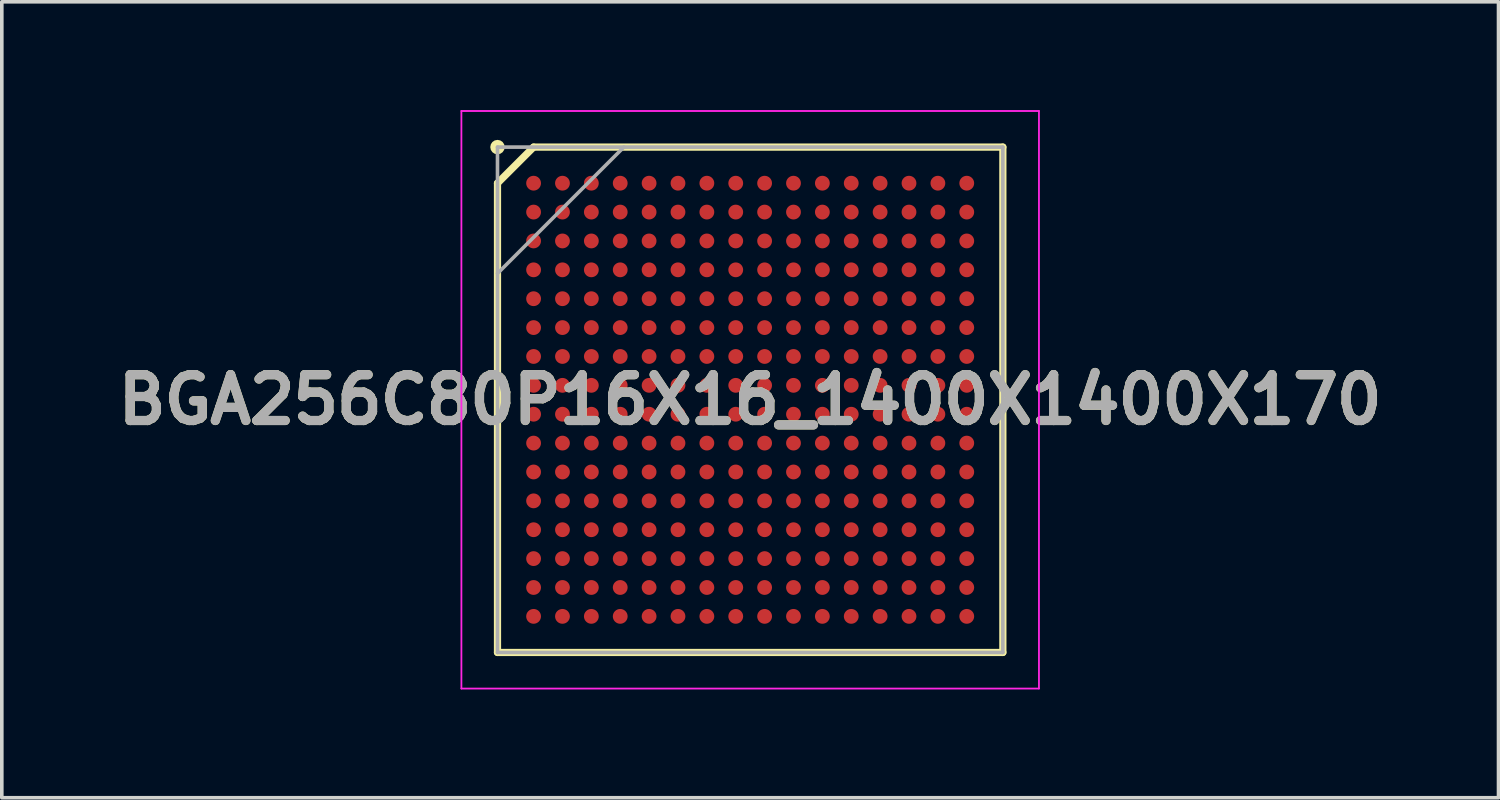
<source format=kicad_pcb>
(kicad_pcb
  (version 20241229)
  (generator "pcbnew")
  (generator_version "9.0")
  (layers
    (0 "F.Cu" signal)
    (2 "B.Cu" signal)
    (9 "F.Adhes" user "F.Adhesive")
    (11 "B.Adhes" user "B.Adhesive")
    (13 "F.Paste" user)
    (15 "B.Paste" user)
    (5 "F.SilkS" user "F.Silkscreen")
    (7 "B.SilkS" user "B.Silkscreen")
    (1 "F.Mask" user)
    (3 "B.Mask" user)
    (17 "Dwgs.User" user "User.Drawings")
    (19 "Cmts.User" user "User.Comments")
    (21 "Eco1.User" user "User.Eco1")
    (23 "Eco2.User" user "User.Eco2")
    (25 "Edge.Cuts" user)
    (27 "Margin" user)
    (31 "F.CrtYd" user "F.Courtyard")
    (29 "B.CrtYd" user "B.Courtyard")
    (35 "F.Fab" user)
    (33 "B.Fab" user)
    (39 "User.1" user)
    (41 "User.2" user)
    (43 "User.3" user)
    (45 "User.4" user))
  (footprint "BGA256C80P16X16_1400X1400X170"
    (layer "F.Cu")
    (at 17.732 8.025)
    (property "Reference" "BGA256C80P16X16_1400X1400X170" (at 0 0 0) (layer "F.SilkS") (effects (font (size 1.27 1.27) (thickness 0.254))))
    (attr smd)
    (fp_line (start -7 -6) (end -6 -7) (stroke (width 0.2) (type solid)) (layer "F.SilkS"))
    (fp_line (start -7 7) (end -7 -6) (stroke (width 0.2) (type solid)) (layer "F.SilkS"))
    (fp_line (start -6 -7) (end 7 -7) (stroke (width 0.2) (type solid)) (layer "F.SilkS"))
    (fp_line (start 7 -7) (end 7 7) (stroke (width 0.2) (type solid)) (layer "F.SilkS"))
    (fp_line (start 7 7) (end -7 7) (stroke (width 0.2) (type solid)) (layer "F.SilkS"))
    (fp_circle (center -7 -7) (end -7 -6.9) (stroke (width 0.2) (type solid)) (fill no) (layer "F.SilkS"))
    (fp_line (start -8 -8) (end 8 -8) (stroke (width 0.05) (type solid)) (layer "F.CrtYd"))
    (fp_line (start -8 8) (end -8 -8) (stroke (width 0.05) (type solid)) (layer "F.CrtYd"))
    (fp_line (start 8 -8) (end 8 8) (stroke (width 0.05) (type solid)) (layer "F.CrtYd"))
    (fp_line (start 8 8) (end -8 8) (stroke (width 0.05) (type solid)) (layer "F.CrtYd"))
    (fp_line (start -7 -7) (end 7 -7) (stroke (width 0.1) (type solid)) (layer "F.Fab"))
    (fp_line (start -7 -3.5) (end -3.5 -7) (stroke (width 0.1) (type solid)) (layer "F.Fab"))
    (fp_line (start -7 7) (end -7 -7) (stroke (width 0.1) (type solid)) (layer "F.Fab"))
    (fp_line (start 7 -7) (end 7 7) (stroke (width 0.1) (type solid)) (layer "F.Fab"))
    (fp_line (start 7 7) (end -7 7) (stroke (width 0.1) (type solid)) (layer "F.Fab"))
    (fp_text user "${REFERENCE}" (at 0 0 0) (layer "F.Fab") (effects (font (size 1.27 1.27) (thickness 0.254))))
    (pad "A1" smd circle (at -6 -6 90) (size 0.41 0.41) (layers "F.Cu" "F.Mask" "F.Paste"))
    (pad "A2" smd circle (at -5.2 -6 90) (size 0.41 0.41) (layers "F.Cu" "F.Mask" "F.Paste"))
    (pad "A3" smd circle (at -4.4 -6 90) (size 0.41 0.41) (layers "F.Cu" "F.Mask" "F.Paste"))
    (pad "A4" smd circle (at -3.6 -6 90) (size 0.41 0.41) (layers "F.Cu" "F.Mask" "F.Paste"))
    (pad "A5" smd circle (at -2.8 -6 90) (size 0.41 0.41) (layers "F.Cu" "F.Mask" "F.Paste"))
    (pad "A6" smd circle (at -2 -6 90) (size 0.41 0.41) (layers "F.Cu" "F.Mask" "F.Paste"))
    (pad "A7" smd circle (at -1.2 -6 90) (size 0.41 0.41) (layers "F.Cu" "F.Mask" "F.Paste"))
    (pad "A8" smd circle (at -0.4 -6 90) (size 0.41 0.41) (layers "F.Cu" "F.Mask" "F.Paste"))
    (pad "A9" smd circle (at 0.4 -6 90) (size 0.41 0.41) (layers "F.Cu" "F.Mask" "F.Paste"))
    (pad "A10" smd circle (at 1.2 -6 90) (size 0.41 0.41) (layers "F.Cu" "F.Mask" "F.Paste"))
    (pad "A11" smd circle (at 2 -6 90) (size 0.41 0.41) (layers "F.Cu" "F.Mask" "F.Paste"))
    (pad "A12" smd circle (at 2.8 -6 90) (size 0.41 0.41) (layers "F.Cu" "F.Mask" "F.Paste"))
    (pad "A13" smd circle (at 3.6 -6 90) (size 0.41 0.41) (layers "F.Cu" "F.Mask" "F.Paste"))
    (pad "A14" smd circle (at 4.4 -6 90) (size 0.41 0.41) (layers "F.Cu" "F.Mask" "F.Paste"))
    (pad "A15" smd circle (at 5.2 -6 90) (size 0.41 0.41) (layers "F.Cu" "F.Mask" "F.Paste"))
    (pad "A16" smd circle (at 6 -6 90) (size 0.41 0.41) (layers "F.Cu" "F.Mask" "F.Paste"))
    (pad "B1" smd circle (at -6 -5.2 90) (size 0.41 0.41) (layers "F.Cu" "F.Mask" "F.Paste"))
    (pad "B2" smd circle (at -5.2 -5.2 90) (size 0.41 0.41) (layers "F.Cu" "F.Mask" "F.Paste"))
    (pad "B3" smd circle (at -4.4 -5.2 90) (size 0.41 0.41) (layers "F.Cu" "F.Mask" "F.Paste"))
    (pad "B4" smd circle (at -3.6 -5.2 90) (size 0.41 0.41) (layers "F.Cu" "F.Mask" "F.Paste"))
    (pad "B5" smd circle (at -2.8 -5.2 90) (size 0.41 0.41) (layers "F.Cu" "F.Mask" "F.Paste"))
    (pad "B6" smd circle (at -2 -5.2 90) (size 0.41 0.41) (layers "F.Cu" "F.Mask" "F.Paste"))
    (pad "B7" smd circle (at -1.2 -5.2 90) (size 0.41 0.41) (layers "F.Cu" "F.Mask" "F.Paste"))
    (pad "B8" smd circle (at -0.4 -5.2 90) (size 0.41 0.41) (layers "F.Cu" "F.Mask" "F.Paste"))
    (pad "B9" smd circle (at 0.4 -5.2 90) (size 0.41 0.41) (layers "F.Cu" "F.Mask" "F.Paste"))
    (pad "B10" smd circle (at 1.2 -5.2 90) (size 0.41 0.41) (layers "F.Cu" "F.Mask" "F.Paste"))
    (pad "B11" smd circle (at 2 -5.2 90) (size 0.41 0.41) (layers "F.Cu" "F.Mask" "F.Paste"))
    (pad "B12" smd circle (at 2.8 -5.2 90) (size 0.41 0.41) (layers "F.Cu" "F.Mask" "F.Paste"))
    (pad "B13" smd circle (at 3.6 -5.2 90) (size 0.41 0.41) (layers "F.Cu" "F.Mask" "F.Paste"))
    (pad "B14" smd circle (at 4.4 -5.2 90) (size 0.41 0.41) (layers "F.Cu" "F.Mask" "F.Paste"))
    (pad "B15" smd circle (at 5.2 -5.2 90) (size 0.41 0.41) (layers "F.Cu" "F.Mask" "F.Paste"))
    (pad "B16" smd circle (at 6 -5.2 90) (size 0.41 0.41) (layers "F.Cu" "F.Mask" "F.Paste"))
    (pad "C1" smd circle (at -6 -4.4 90) (size 0.41 0.41) (layers "F.Cu" "F.Mask" "F.Paste"))
    (pad "C2" smd circle (at -5.2 -4.4 90) (size 0.41 0.41) (layers "F.Cu" "F.Mask" "F.Paste"))
    (pad "C3" smd circle (at -4.4 -4.4 90) (size 0.41 0.41) (layers "F.Cu" "F.Mask" "F.Paste"))
    (pad "C4" smd circle (at -3.6 -4.4 90) (size 0.41 0.41) (layers "F.Cu" "F.Mask" "F.Paste"))
    (pad "C5" smd circle (at -2.8 -4.4 90) (size 0.41 0.41) (layers "F.Cu" "F.Mask" "F.Paste"))
    (pad "C6" smd circle (at -2 -4.4 90) (size 0.41 0.41) (layers "F.Cu" "F.Mask" "F.Paste"))
    (pad "C7" smd circle (at -1.2 -4.4 90) (size 0.41 0.41) (layers "F.Cu" "F.Mask" "F.Paste"))
    (pad "C8" smd circle (at -0.4 -4.4 90) (size 0.41 0.41) (layers "F.Cu" "F.Mask" "F.Paste"))
    (pad "C9" smd circle (at 0.4 -4.4 90) (size 0.41 0.41) (layers "F.Cu" "F.Mask" "F.Paste"))
    (pad "C10" smd circle (at 1.2 -4.4 90) (size 0.41 0.41) (layers "F.Cu" "F.Mask" "F.Paste"))
    (pad "C11" smd circle (at 2 -4.4 90) (size 0.41 0.41) (layers "F.Cu" "F.Mask" "F.Paste"))
    (pad "C12" smd circle (at 2.8 -4.4 90) (size 0.41 0.41) (layers "F.Cu" "F.Mask" "F.Paste"))
    (pad "C13" smd circle (at 3.6 -4.4 90) (size 0.41 0.41) (layers "F.Cu" "F.Mask" "F.Paste"))
    (pad "C14" smd circle (at 4.4 -4.4 90) (size 0.41 0.41) (layers "F.Cu" "F.Mask" "F.Paste"))
    (pad "C15" smd circle (at 5.2 -4.4 90) (size 0.41 0.41) (layers "F.Cu" "F.Mask" "F.Paste"))
    (pad "C16" smd circle (at 6 -4.4 90) (size 0.41 0.41) (layers "F.Cu" "F.Mask" "F.Paste"))
    (pad "D1" smd circle (at -6 -3.6 90) (size 0.41 0.41) (layers "F.Cu" "F.Mask" "F.Paste"))
    (pad "D2" smd circle (at -5.2 -3.6 90) (size 0.41 0.41) (layers "F.Cu" "F.Mask" "F.Paste"))
    (pad "D3" smd circle (at -4.4 -3.6 90) (size 0.41 0.41) (layers "F.Cu" "F.Mask" "F.Paste"))
    (pad "D4" smd circle (at -3.6 -3.6 90) (size 0.41 0.41) (layers "F.Cu" "F.Mask" "F.Paste"))
    (pad "D5" smd circle (at -2.8 -3.6 90) (size 0.41 0.41) (layers "F.Cu" "F.Mask" "F.Paste"))
    (pad "D6" smd circle (at -2 -3.6 90) (size 0.41 0.41) (layers "F.Cu" "F.Mask" "F.Paste"))
    (pad "D7" smd circle (at -1.2 -3.6 90) (size 0.41 0.41) (layers "F.Cu" "F.Mask" "F.Paste"))
    (pad "D8" smd circle (at -0.4 -3.6 90) (size 0.41 0.41) (layers "F.Cu" "F.Mask" "F.Paste"))
    (pad "D9" smd circle (at 0.4 -3.6 90) (size 0.41 0.41) (layers "F.Cu" "F.Mask" "F.Paste"))
    (pad "D10" smd circle (at 1.2 -3.6 90) (size 0.41 0.41) (layers "F.Cu" "F.Mask" "F.Paste"))
    (pad "D11" smd circle (at 2 -3.6 90) (size 0.41 0.41) (layers "F.Cu" "F.Mask" "F.Paste"))
    (pad "D12" smd circle (at 2.8 -3.6 90) (size 0.41 0.41) (layers "F.Cu" "F.Mask" "F.Paste"))
    (pad "D13" smd circle (at 3.6 -3.6 90) (size 0.41 0.41) (layers "F.Cu" "F.Mask" "F.Paste"))
    (pad "D14" smd circle (at 4.4 -3.6 90) (size 0.41 0.41) (layers "F.Cu" "F.Mask" "F.Paste"))
    (pad "D15" smd circle (at 5.2 -3.6 90) (size 0.41 0.41) (layers "F.Cu" "F.Mask" "F.Paste"))
    (pad "D16" smd circle (at 6 -3.6 90) (size 0.41 0.41) (layers "F.Cu" "F.Mask" "F.Paste"))
    (pad "E1" smd circle (at -6 -2.8 90) (size 0.41 0.41) (layers "F.Cu" "F.Mask" "F.Paste"))
    (pad "E2" smd circle (at -5.2 -2.8 90) (size 0.41 0.41) (layers "F.Cu" "F.Mask" "F.Paste"))
    (pad "E3" smd circle (at -4.4 -2.8 90) (size 0.41 0.41) (layers "F.Cu" "F.Mask" "F.Paste"))
    (pad "E4" smd circle (at -3.6 -2.8 90) (size 0.41 0.41) (layers "F.Cu" "F.Mask" "F.Paste"))
    (pad "E5" smd circle (at -2.8 -2.8 90) (size 0.41 0.41) (layers "F.Cu" "F.Mask" "F.Paste"))
    (pad "E6" smd circle (at -2 -2.8 90) (size 0.41 0.41) (layers "F.Cu" "F.Mask" "F.Paste"))
    (pad "E7" smd circle (at -1.2 -2.8 90) (size 0.41 0.41) (layers "F.Cu" "F.Mask" "F.Paste"))
    (pad "E8" smd circle (at -0.4 -2.8 90) (size 0.41 0.41) (layers "F.Cu" "F.Mask" "F.Paste"))
    (pad "E9" smd circle (at 0.4 -2.8 90) (size 0.41 0.41) (layers "F.Cu" "F.Mask" "F.Paste"))
    (pad "E10" smd circle (at 1.2 -2.8 90) (size 0.41 0.41) (layers "F.Cu" "F.Mask" "F.Paste"))
    (pad "E11" smd circle (at 2 -2.8 90) (size 0.41 0.41) (layers "F.Cu" "F.Mask" "F.Paste"))
    (pad "E12" smd circle (at 2.8 -2.8 90) (size 0.41 0.41) (layers "F.Cu" "F.Mask" "F.Paste"))
    (pad "E13" smd circle (at 3.6 -2.8 90) (size 0.41 0.41) (layers "F.Cu" "F.Mask" "F.Paste"))
    (pad "E14" smd circle (at 4.4 -2.8 90) (size 0.41 0.41) (layers "F.Cu" "F.Mask" "F.Paste"))
    (pad "E15" smd circle (at 5.2 -2.8 90) (size 0.41 0.41) (layers "F.Cu" "F.Mask" "F.Paste"))
    (pad "E16" smd circle (at 6 -2.8 90) (size 0.41 0.41) (layers "F.Cu" "F.Mask" "F.Paste"))
    (pad "F1" smd circle (at -6 -2 90) (size 0.41 0.41) (layers "F.Cu" "F.Mask" "F.Paste"))
    (pad "F2" smd circle (at -5.2 -2 90) (size 0.41 0.41) (layers "F.Cu" "F.Mask" "F.Paste"))
    (pad "F3" smd circle (at -4.4 -2 90) (size 0.41 0.41) (layers "F.Cu" "F.Mask" "F.Paste"))
    (pad "F4" smd circle (at -3.6 -2 90) (size 0.41 0.41) (layers "F.Cu" "F.Mask" "F.Paste"))
    (pad "F5" smd circle (at -2.8 -2 90) (size 0.41 0.41) (layers "F.Cu" "F.Mask" "F.Paste"))
    (pad "F6" smd circle (at -2 -2 90) (size 0.41 0.41) (layers "F.Cu" "F.Mask" "F.Paste"))
    (pad "F7" smd circle (at -1.2 -2 90) (size 0.41 0.41) (layers "F.Cu" "F.Mask" "F.Paste"))
    (pad "F8" smd circle (at -0.4 -2 90) (size 0.41 0.41) (layers "F.Cu" "F.Mask" "F.Paste"))
    (pad "F9" smd circle (at 0.4 -2 90) (size 0.41 0.41) (layers "F.Cu" "F.Mask" "F.Paste"))
    (pad "F10" smd circle (at 1.2 -2 90) (size 0.41 0.41) (layers "F.Cu" "F.Mask" "F.Paste"))
    (pad "F11" smd circle (at 2 -2 90) (size 0.41 0.41) (layers "F.Cu" "F.Mask" "F.Paste"))
    (pad "F12" smd circle (at 2.8 -2 90) (size 0.41 0.41) (layers "F.Cu" "F.Mask" "F.Paste"))
    (pad "F13" smd circle (at 3.6 -2 90) (size 0.41 0.41) (layers "F.Cu" "F.Mask" "F.Paste"))
    (pad "F14" smd circle (at 4.4 -2 90) (size 0.41 0.41) (layers "F.Cu" "F.Mask" "F.Paste"))
    (pad "F15" smd circle (at 5.2 -2 90) (size 0.41 0.41) (layers "F.Cu" "F.Mask" "F.Paste"))
    (pad "F16" smd circle (at 6 -2 90) (size 0.41 0.41) (layers "F.Cu" "F.Mask" "F.Paste"))
    (pad "G1" smd circle (at -6 -1.2 90) (size 0.41 0.41) (layers "F.Cu" "F.Mask" "F.Paste"))
    (pad "G2" smd circle (at -5.2 -1.2 90) (size 0.41 0.41) (layers "F.Cu" "F.Mask" "F.Paste"))
    (pad "G3" smd circle (at -4.4 -1.2 90) (size 0.41 0.41) (layers "F.Cu" "F.Mask" "F.Paste"))
    (pad "G4" smd circle (at -3.6 -1.2 90) (size 0.41 0.41) (layers "F.Cu" "F.Mask" "F.Paste"))
    (pad "G5" smd circle (at -2.8 -1.2 90) (size 0.41 0.41) (layers "F.Cu" "F.Mask" "F.Paste"))
    (pad "G6" smd circle (at -2 -1.2 90) (size 0.41 0.41) (layers "F.Cu" "F.Mask" "F.Paste"))
    (pad "G7" smd circle (at -1.2 -1.2 90) (size 0.41 0.41) (layers "F.Cu" "F.Mask" "F.Paste"))
    (pad "G8" smd circle (at -0.4 -1.2 90) (size 0.41 0.41) (layers "F.Cu" "F.Mask" "F.Paste"))
    (pad "G9" smd circle (at 0.4 -1.2 90) (size 0.41 0.41) (layers "F.Cu" "F.Mask" "F.Paste"))
    (pad "G10" smd circle (at 1.2 -1.2 90) (size 0.41 0.41) (layers "F.Cu" "F.Mask" "F.Paste"))
    (pad "G11" smd circle (at 2 -1.2 90) (size 0.41 0.41) (layers "F.Cu" "F.Mask" "F.Paste"))
    (pad "G12" smd circle (at 2.8 -1.2 90) (size 0.41 0.41) (layers "F.Cu" "F.Mask" "F.Paste"))
    (pad "G13" smd circle (at 3.6 -1.2 90) (size 0.41 0.41) (layers "F.Cu" "F.Mask" "F.Paste"))
    (pad "G14" smd circle (at 4.4 -1.2 90) (size 0.41 0.41) (layers "F.Cu" "F.Mask" "F.Paste"))
    (pad "G15" smd circle (at 5.2 -1.2 90) (size 0.41 0.41) (layers "F.Cu" "F.Mask" "F.Paste"))
    (pad "G16" smd circle (at 6 -1.2 90) (size 0.41 0.41) (layers "F.Cu" "F.Mask" "F.Paste"))
    (pad "H1" smd circle (at -6 -0.4 90) (size 0.41 0.41) (layers "F.Cu" "F.Mask" "F.Paste"))
    (pad "H2" smd circle (at -5.2 -0.4 90) (size 0.41 0.41) (layers "F.Cu" "F.Mask" "F.Paste"))
    (pad "H3" smd circle (at -4.4 -0.4 90) (size 0.41 0.41) (layers "F.Cu" "F.Mask" "F.Paste"))
    (pad "H4" smd circle (at -3.6 -0.4 90) (size 0.41 0.41) (layers "F.Cu" "F.Mask" "F.Paste"))
    (pad "H5" smd circle (at -2.8 -0.4 90) (size 0.41 0.41) (layers "F.Cu" "F.Mask" "F.Paste"))
    (pad "H6" smd circle (at -2 -0.4 90) (size 0.41 0.41) (layers "F.Cu" "F.Mask" "F.Paste"))
    (pad "H7" smd circle (at -1.2 -0.4 90) (size 0.41 0.41) (layers "F.Cu" "F.Mask" "F.Paste"))
    (pad "H8" smd circle (at -0.4 -0.4 90) (size 0.41 0.41) (layers "F.Cu" "F.Mask" "F.Paste"))
    (pad "H9" smd circle (at 0.4 -0.4 90) (size 0.41 0.41) (layers "F.Cu" "F.Mask" "F.Paste"))
    (pad "H10" smd circle (at 1.2 -0.4 90) (size 0.41 0.41) (layers "F.Cu" "F.Mask" "F.Paste"))
    (pad "H11" smd circle (at 2 -0.4 90) (size 0.41 0.41) (layers "F.Cu" "F.Mask" "F.Paste"))
    (pad "H12" smd circle (at 2.8 -0.4 90) (size 0.41 0.41) (layers "F.Cu" "F.Mask" "F.Paste"))
    (pad "H13" smd circle (at 3.6 -0.4 90) (size 0.41 0.41) (layers "F.Cu" "F.Mask" "F.Paste"))
    (pad "H14" smd circle (at 4.4 -0.4 90) (size 0.41 0.41) (layers "F.Cu" "F.Mask" "F.Paste"))
    (pad "H15" smd circle (at 5.2 -0.4 90) (size 0.41 0.41) (layers "F.Cu" "F.Mask" "F.Paste"))
    (pad "H16" smd circle (at 6 -0.4 90) (size 0.41 0.41) (layers "F.Cu" "F.Mask" "F.Paste"))
    (pad "J1" smd circle (at -6 0.4 90) (size 0.41 0.41) (layers "F.Cu" "F.Mask" "F.Paste"))
    (pad "J2" smd circle (at -5.2 0.4 90) (size 0.41 0.41) (layers "F.Cu" "F.Mask" "F.Paste"))
    (pad "J3" smd circle (at -4.4 0.4 90) (size 0.41 0.41) (layers "F.Cu" "F.Mask" "F.Paste"))
    (pad "J4" smd circle (at -3.6 0.4 90) (size 0.41 0.41) (layers "F.Cu" "F.Mask" "F.Paste"))
    (pad "J5" smd circle (at -2.8 0.4 90) (size 0.41 0.41) (layers "F.Cu" "F.Mask" "F.Paste"))
    (pad "J6" smd circle (at -2 0.4 90) (size 0.41 0.41) (layers "F.Cu" "F.Mask" "F.Paste"))
    (pad "J7" smd circle (at -1.2 0.4 90) (size 0.41 0.41) (layers "F.Cu" "F.Mask" "F.Paste"))
    (pad "J8" smd circle (at -0.4 0.4 90) (size 0.41 0.41) (layers "F.Cu" "F.Mask" "F.Paste"))
    (pad "J9" smd circle (at 0.4 0.4 90) (size 0.41 0.41) (layers "F.Cu" "F.Mask" "F.Paste"))
    (pad "J10" smd circle (at 1.2 0.4 90) (size 0.41 0.41) (layers "F.Cu" "F.Mask" "F.Paste"))
    (pad "J11" smd circle (at 2 0.4 90) (size 0.41 0.41) (layers "F.Cu" "F.Mask" "F.Paste"))
    (pad "J12" smd circle (at 2.8 0.4 90) (size 0.41 0.41) (layers "F.Cu" "F.Mask" "F.Paste"))
    (pad "J13" smd circle (at 3.6 0.4 90) (size 0.41 0.41) (layers "F.Cu" "F.Mask" "F.Paste"))
    (pad "J14" smd circle (at 4.4 0.4 90) (size 0.41 0.41) (layers "F.Cu" "F.Mask" "F.Paste"))
    (pad "J15" smd circle (at 5.2 0.4 90) (size 0.41 0.41) (layers "F.Cu" "F.Mask" "F.Paste"))
    (pad "J16" smd circle (at 6 0.4 90) (size 0.41 0.41) (layers "F.Cu" "F.Mask" "F.Paste"))
    (pad "K1" smd circle (at -6 1.2 90) (size 0.41 0.41) (layers "F.Cu" "F.Mask" "F.Paste"))
    (pad "K2" smd circle (at -5.2 1.2 90) (size 0.41 0.41) (layers "F.Cu" "F.Mask" "F.Paste"))
    (pad "K3" smd circle (at -4.4 1.2 90) (size 0.41 0.41) (layers "F.Cu" "F.Mask" "F.Paste"))
    (pad "K4" smd circle (at -3.6 1.2 90) (size 0.41 0.41) (layers "F.Cu" "F.Mask" "F.Paste"))
    (pad "K5" smd circle (at -2.8 1.2 90) (size 0.41 0.41) (layers "F.Cu" "F.Mask" "F.Paste"))
    (pad "K6" smd circle (at -2 1.2 90) (size 0.41 0.41) (layers "F.Cu" "F.Mask" "F.Paste"))
    (pad "K7" smd circle (at -1.2 1.2 90) (size 0.41 0.41) (layers "F.Cu" "F.Mask" "F.Paste"))
    (pad "K8" smd circle (at -0.4 1.2 90) (size 0.41 0.41) (layers "F.Cu" "F.Mask" "F.Paste"))
    (pad "K9" smd circle (at 0.4 1.2 90) (size 0.41 0.41) (layers "F.Cu" "F.Mask" "F.Paste"))
    (pad "K10" smd circle (at 1.2 1.2 90) (size 0.41 0.41) (layers "F.Cu" "F.Mask" "F.Paste"))
    (pad "K11" smd circle (at 2 1.2 90) (size 0.41 0.41) (layers "F.Cu" "F.Mask" "F.Paste"))
    (pad "K12" smd circle (at 2.8 1.2 90) (size 0.41 0.41) (layers "F.Cu" "F.Mask" "F.Paste"))
    (pad "K13" smd circle (at 3.6 1.2 90) (size 0.41 0.41) (layers "F.Cu" "F.Mask" "F.Paste"))
    (pad "K14" smd circle (at 4.4 1.2 90) (size 0.41 0.41) (layers "F.Cu" "F.Mask" "F.Paste"))
    (pad "K15" smd circle (at 5.2 1.2 90) (size 0.41 0.41) (layers "F.Cu" "F.Mask" "F.Paste"))
    (pad "K16" smd circle (at 6 1.2 90) (size 0.41 0.41) (layers "F.Cu" "F.Mask" "F.Paste"))
    (pad "L1" smd circle (at -6 2 90) (size 0.41 0.41) (layers "F.Cu" "F.Mask" "F.Paste"))
    (pad "L2" smd circle (at -5.2 2 90) (size 0.41 0.41) (layers "F.Cu" "F.Mask" "F.Paste"))
    (pad "L3" smd circle (at -4.4 2 90) (size 0.41 0.41) (layers "F.Cu" "F.Mask" "F.Paste"))
    (pad "L4" smd circle (at -3.6 2 90) (size 0.41 0.41) (layers "F.Cu" "F.Mask" "F.Paste"))
    (pad "L5" smd circle (at -2.8 2 90) (size 0.41 0.41) (layers "F.Cu" "F.Mask" "F.Paste"))
    (pad "L6" smd circle (at -2 2 90) (size 0.41 0.41) (layers "F.Cu" "F.Mask" "F.Paste"))
    (pad "L7" smd circle (at -1.2 2 90) (size 0.41 0.41) (layers "F.Cu" "F.Mask" "F.Paste"))
    (pad "L8" smd circle (at -0.4 2 90) (size 0.41 0.41) (layers "F.Cu" "F.Mask" "F.Paste"))
    (pad "L9" smd circle (at 0.4 2 90) (size 0.41 0.41) (layers "F.Cu" "F.Mask" "F.Paste"))
    (pad "L10" smd circle (at 1.2 2 90) (size 0.41 0.41) (layers "F.Cu" "F.Mask" "F.Paste"))
    (pad "L11" smd circle (at 2 2 90) (size 0.41 0.41) (layers "F.Cu" "F.Mask" "F.Paste"))
    (pad "L12" smd circle (at 2.8 2 90) (size 0.41 0.41) (layers "F.Cu" "F.Mask" "F.Paste"))
    (pad "L13" smd circle (at 3.6 2 90) (size 0.41 0.41) (layers "F.Cu" "F.Mask" "F.Paste"))
    (pad "L14" smd circle (at 4.4 2 90) (size 0.41 0.41) (layers "F.Cu" "F.Mask" "F.Paste"))
    (pad "L15" smd circle (at 5.2 2 90) (size 0.41 0.41) (layers "F.Cu" "F.Mask" "F.Paste"))
    (pad "L16" smd circle (at 6 2 90) (size 0.41 0.41) (layers "F.Cu" "F.Mask" "F.Paste"))
    (pad "M1" smd circle (at -6 2.8 90) (size 0.41 0.41) (layers "F.Cu" "F.Mask" "F.Paste"))
    (pad "M2" smd circle (at -5.2 2.8 90) (size 0.41 0.41) (layers "F.Cu" "F.Mask" "F.Paste"))
    (pad "M3" smd circle (at -4.4 2.8 90) (size 0.41 0.41) (layers "F.Cu" "F.Mask" "F.Paste"))
    (pad "M4" smd circle (at -3.6 2.8 90) (size 0.41 0.41) (layers "F.Cu" "F.Mask" "F.Paste"))
    (pad "M5" smd circle (at -2.8 2.8 90) (size 0.41 0.41) (layers "F.Cu" "F.Mask" "F.Paste"))
    (pad "M6" smd circle (at -2 2.8 90) (size 0.41 0.41) (layers "F.Cu" "F.Mask" "F.Paste"))
    (pad "M7" smd circle (at -1.2 2.8 90) (size 0.41 0.41) (layers "F.Cu" "F.Mask" "F.Paste"))
    (pad "M8" smd circle (at -0.4 2.8 90) (size 0.41 0.41) (layers "F.Cu" "F.Mask" "F.Paste"))
    (pad "M9" smd circle (at 0.4 2.8 90) (size 0.41 0.41) (layers "F.Cu" "F.Mask" "F.Paste"))
    (pad "M10" smd circle (at 1.2 2.8 90) (size 0.41 0.41) (layers "F.Cu" "F.Mask" "F.Paste"))
    (pad "M11" smd circle (at 2 2.8 90) (size 0.41 0.41) (layers "F.Cu" "F.Mask" "F.Paste"))
    (pad "M12" smd circle (at 2.8 2.8 90) (size 0.41 0.41) (layers "F.Cu" "F.Mask" "F.Paste"))
    (pad "M13" smd circle (at 3.6 2.8 90) (size 0.41 0.41) (layers "F.Cu" "F.Mask" "F.Paste"))
    (pad "M14" smd circle (at 4.4 2.8 90) (size 0.41 0.41) (layers "F.Cu" "F.Mask" "F.Paste"))
    (pad "M15" smd circle (at 5.2 2.8 90) (size 0.41 0.41) (layers "F.Cu" "F.Mask" "F.Paste"))
    (pad "M16" smd circle (at 6 2.8 90) (size 0.41 0.41) (layers "F.Cu" "F.Mask" "F.Paste"))
    (pad "N1" smd circle (at -6 3.6 90) (size 0.41 0.41) (layers "F.Cu" "F.Mask" "F.Paste"))
    (pad "N2" smd circle (at -5.2 3.6 90) (size 0.41 0.41) (layers "F.Cu" "F.Mask" "F.Paste"))
    (pad "N3" smd circle (at -4.4 3.6 90) (size 0.41 0.41) (layers "F.Cu" "F.Mask" "F.Paste"))
    (pad "N4" smd circle (at -3.6 3.6 90) (size 0.41 0.41) (layers "F.Cu" "F.Mask" "F.Paste"))
    (pad "N5" smd circle (at -2.8 3.6 90) (size 0.41 0.41) (layers "F.Cu" "F.Mask" "F.Paste"))
    (pad "N6" smd circle (at -2 3.6 90) (size 0.41 0.41) (layers "F.Cu" "F.Mask" "F.Paste"))
    (pad "N7" smd circle (at -1.2 3.6 90) (size 0.41 0.41) (layers "F.Cu" "F.Mask" "F.Paste"))
    (pad "N8" smd circle (at -0.4 3.6 90) (size 0.41 0.41) (layers "F.Cu" "F.Mask" "F.Paste"))
    (pad "N9" smd circle (at 0.4 3.6 90) (size 0.41 0.41) (layers "F.Cu" "F.Mask" "F.Paste"))
    (pad "N10" smd circle (at 1.2 3.6 90) (size 0.41 0.41) (layers "F.Cu" "F.Mask" "F.Paste"))
    (pad "N11" smd circle (at 2 3.6 90) (size 0.41 0.41) (layers "F.Cu" "F.Mask" "F.Paste"))
    (pad "N12" smd circle (at 2.8 3.6 90) (size 0.41 0.41) (layers "F.Cu" "F.Mask" "F.Paste"))
    (pad "N13" smd circle (at 3.6 3.6 90) (size 0.41 0.41) (layers "F.Cu" "F.Mask" "F.Paste"))
    (pad "N14" smd circle (at 4.4 3.6 90) (size 0.41 0.41) (layers "F.Cu" "F.Mask" "F.Paste"))
    (pad "N15" smd circle (at 5.2 3.6 90) (size 0.41 0.41) (layers "F.Cu" "F.Mask" "F.Paste"))
    (pad "N16" smd circle (at 6 3.6 90) (size 0.41 0.41) (layers "F.Cu" "F.Mask" "F.Paste"))
    (pad "P1" smd circle (at -6 4.4 90) (size 0.41 0.41) (layers "F.Cu" "F.Mask" "F.Paste"))
    (pad "P2" smd circle (at -5.2 4.4 90) (size 0.41 0.41) (layers "F.Cu" "F.Mask" "F.Paste"))
    (pad "P3" smd circle (at -4.4 4.4 90) (size 0.41 0.41) (layers "F.Cu" "F.Mask" "F.Paste"))
    (pad "P4" smd circle (at -3.6 4.4 90) (size 0.41 0.41) (layers "F.Cu" "F.Mask" "F.Paste"))
    (pad "P5" smd circle (at -2.8 4.4 90) (size 0.41 0.41) (layers "F.Cu" "F.Mask" "F.Paste"))
    (pad "P6" smd circle (at -2 4.4 90) (size 0.41 0.41) (layers "F.Cu" "F.Mask" "F.Paste"))
    (pad "P7" smd circle (at -1.2 4.4 90) (size 0.41 0.41) (layers "F.Cu" "F.Mask" "F.Paste"))
    (pad "P8" smd circle (at -0.4 4.4 90) (size 0.41 0.41) (layers "F.Cu" "F.Mask" "F.Paste"))
    (pad "P9" smd circle (at 0.4 4.4 90) (size 0.41 0.41) (layers "F.Cu" "F.Mask" "F.Paste"))
    (pad "P10" smd circle (at 1.2 4.4 90) (size 0.41 0.41) (layers "F.Cu" "F.Mask" "F.Paste"))
    (pad "P11" smd circle (at 2 4.4 90) (size 0.41 0.41) (layers "F.Cu" "F.Mask" "F.Paste"))
    (pad "P12" smd circle (at 2.8 4.4 90) (size 0.41 0.41) (layers "F.Cu" "F.Mask" "F.Paste"))
    (pad "P13" smd circle (at 3.6 4.4 90) (size 0.41 0.41) (layers "F.Cu" "F.Mask" "F.Paste"))
    (pad "P14" smd circle (at 4.4 4.4 90) (size 0.41 0.41) (layers "F.Cu" "F.Mask" "F.Paste"))
    (pad "P15" smd circle (at 5.2 4.4 90) (size 0.41 0.41) (layers "F.Cu" "F.Mask" "F.Paste"))
    (pad "P16" smd circle (at 6 4.4 90) (size 0.41 0.41) (layers "F.Cu" "F.Mask" "F.Paste"))
    (pad "R1" smd circle (at -6 5.2 90) (size 0.41 0.41) (layers "F.Cu" "F.Mask" "F.Paste"))
    (pad "R2" smd circle (at -5.2 5.2 90) (size 0.41 0.41) (layers "F.Cu" "F.Mask" "F.Paste"))
    (pad "R3" smd circle (at -4.4 5.2 90) (size 0.41 0.41) (layers "F.Cu" "F.Mask" "F.Paste"))
    (pad "R4" smd circle (at -3.6 5.2 90) (size 0.41 0.41) (layers "F.Cu" "F.Mask" "F.Paste"))
    (pad "R5" smd circle (at -2.8 5.2 90) (size 0.41 0.41) (layers "F.Cu" "F.Mask" "F.Paste"))
    (pad "R6" smd circle (at -2 5.2 90) (size 0.41 0.41) (layers "F.Cu" "F.Mask" "F.Paste"))
    (pad "R7" smd circle (at -1.2 5.2 90) (size 0.41 0.41) (layers "F.Cu" "F.Mask" "F.Paste"))
    (pad "R8" smd circle (at -0.4 5.2 90) (size 0.41 0.41) (layers "F.Cu" "F.Mask" "F.Paste"))
    (pad "R9" smd circle (at 0.4 5.2 90) (size 0.41 0.41) (layers "F.Cu" "F.Mask" "F.Paste"))
    (pad "R10" smd circle (at 1.2 5.2 90) (size 0.41 0.41) (layers "F.Cu" "F.Mask" "F.Paste"))
    (pad "R11" smd circle (at 2 5.2 90) (size 0.41 0.41) (layers "F.Cu" "F.Mask" "F.Paste"))
    (pad "R12" smd circle (at 2.8 5.2 90) (size 0.41 0.41) (layers "F.Cu" "F.Mask" "F.Paste"))
    (pad "R13" smd circle (at 3.6 5.2 90) (size 0.41 0.41) (layers "F.Cu" "F.Mask" "F.Paste"))
    (pad "R14" smd circle (at 4.4 5.2 90) (size 0.41 0.41) (layers "F.Cu" "F.Mask" "F.Paste"))
    (pad "R15" smd circle (at 5.2 5.2 90) (size 0.41 0.41) (layers "F.Cu" "F.Mask" "F.Paste"))
    (pad "R16" smd circle (at 6 5.2 90) (size 0.41 0.41) (layers "F.Cu" "F.Mask" "F.Paste"))
    (pad "T1" smd circle (at -6 6 90) (size 0.41 0.41) (layers "F.Cu" "F.Mask" "F.Paste"))
    (pad "T2" smd circle (at -5.2 6 90) (size 0.41 0.41) (layers "F.Cu" "F.Mask" "F.Paste"))
    (pad "T3" smd circle (at -4.4 6 90) (size 0.41 0.41) (layers "F.Cu" "F.Mask" "F.Paste"))
    (pad "T4" smd circle (at -3.6 6 90) (size 0.41 0.41) (layers "F.Cu" "F.Mask" "F.Paste"))
    (pad "T5" smd circle (at -2.8 6 90) (size 0.41 0.41) (layers "F.Cu" "F.Mask" "F.Paste"))
    (pad "T6" smd circle (at -2 6 90) (size 0.41 0.41) (layers "F.Cu" "F.Mask" "F.Paste"))
    (pad "T7" smd circle (at -1.2 6 90) (size 0.41 0.41) (layers "F.Cu" "F.Mask" "F.Paste"))
    (pad "T8" smd circle (at -0.4 6 90) (size 0.41 0.41) (layers "F.Cu" "F.Mask" "F.Paste"))
    (pad "T9" smd circle (at 0.4 6 90) (size 0.41 0.41) (layers "F.Cu" "F.Mask" "F.Paste"))
    (pad "T10" smd circle (at 1.2 6 90) (size 0.41 0.41) (layers "F.Cu" "F.Mask" "F.Paste"))
    (pad "T11" smd circle (at 2 6 90) (size 0.41 0.41) (layers "F.Cu" "F.Mask" "F.Paste"))
    (pad "T12" smd circle (at 2.8 6 90) (size 0.41 0.41) (layers "F.Cu" "F.Mask" "F.Paste"))
    (pad "T13" smd circle (at 3.6 6 90) (size 0.41 0.41) (layers "F.Cu" "F.Mask" "F.Paste"))
    (pad "T14" smd circle (at 4.4 6 90) (size 0.41 0.41) (layers "F.Cu" "F.Mask" "F.Paste"))
    (pad "T15" smd circle (at 5.2 6 90) (size 0.41 0.41) (layers "F.Cu" "F.Mask" "F.Paste"))
    (pad "T16" smd circle (at 6 6 90) (size 0.41 0.41) (layers "F.Cu" "F.Mask" "F.Paste")))
  (gr_rect
    (start -3 -3)
    (end 38.463 19.05)
    (stroke (width 0.1) (type default))
    (fill no)
    (layer "Edge.Cuts")))
</source>
